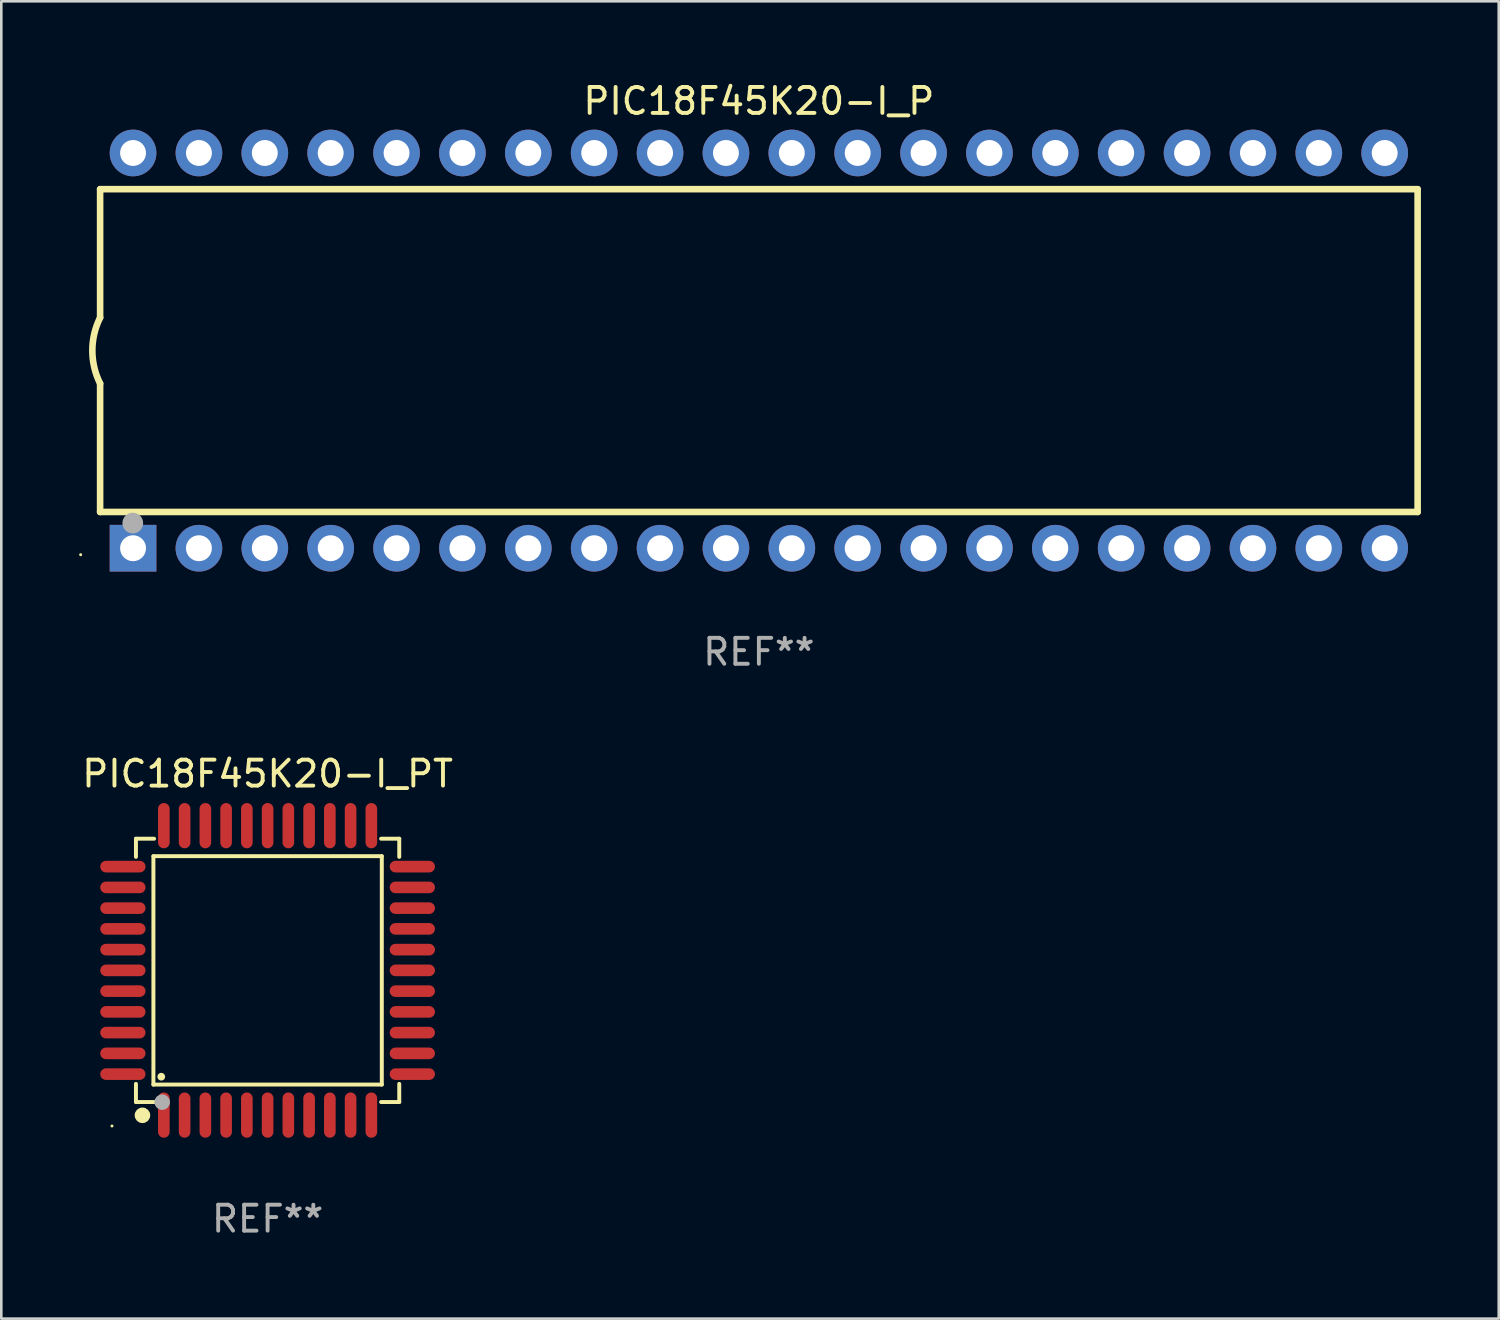
<source format=kicad_pcb>
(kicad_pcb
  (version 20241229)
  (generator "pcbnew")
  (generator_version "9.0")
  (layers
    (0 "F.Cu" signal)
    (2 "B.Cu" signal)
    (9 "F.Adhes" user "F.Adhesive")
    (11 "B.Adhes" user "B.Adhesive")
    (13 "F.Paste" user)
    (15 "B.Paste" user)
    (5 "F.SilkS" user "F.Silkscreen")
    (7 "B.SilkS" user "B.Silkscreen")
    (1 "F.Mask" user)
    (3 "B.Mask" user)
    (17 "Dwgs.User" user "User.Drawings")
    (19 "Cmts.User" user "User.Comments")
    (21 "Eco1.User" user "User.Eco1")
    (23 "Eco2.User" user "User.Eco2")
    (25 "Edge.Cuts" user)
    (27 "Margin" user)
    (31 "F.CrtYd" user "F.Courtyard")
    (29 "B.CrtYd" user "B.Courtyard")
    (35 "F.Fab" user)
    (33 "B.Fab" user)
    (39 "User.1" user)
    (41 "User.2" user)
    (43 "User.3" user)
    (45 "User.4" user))
  (footprint "PIC18F45K20-I_PT"
    (layer "F.Cu")
    (at 7.268 34.365)
    (property "Reference" "PIC18F45K20-I_PT" (at 0 -7.58 0) (layer "F.SilkS") (effects (font (size 1 1) (thickness 0.15))))
    (attr through_hole)
    (fp_line (start -5.076 -5.076) (end -5.076 -4.376) (stroke (width 0.152) (type solid)) (layer "F.SilkS"))
    (fp_line (start -5.076 5.076) (end -5.076 4.376) (stroke (width 0.152) (type solid)) (layer "F.SilkS"))
    (fp_line (start -4.403 -4.403) (end 4.403 -4.403) (stroke (width 0.152) (type solid)) (layer "F.SilkS"))
    (fp_line (start -4.403 4.403) (end -4.403 -4.403) (stroke (width 0.152) (type solid)) (layer "F.SilkS"))
    (fp_line (start -4.376 -5.076) (end -5.076 -5.076) (stroke (width 0.152) (type solid)) (layer "F.SilkS"))
    (fp_line (start -4.376 5.076) (end -5.076 5.076) (stroke (width 0.152) (type solid)) (layer "F.SilkS"))
    (fp_line (start 4.376 -5.076) (end 5.076 -5.076) (stroke (width 0.152) (type solid)) (layer "F.SilkS"))
    (fp_line (start 4.376 5.076) (end 5.076 5.076) (stroke (width 0.152) (type solid)) (layer "F.SilkS"))
    (fp_line (start 4.403 -4.403) (end 4.403 4.403) (stroke (width 0.152) (type solid)) (layer "F.SilkS"))
    (fp_line (start 4.403 4.403) (end -4.403 4.403) (stroke (width 0.152) (type solid)) (layer "F.SilkS"))
    (fp_line (start 5.076 -5.076) (end 5.076 -4.376) (stroke (width 0.152) (type solid)) (layer "F.SilkS"))
    (fp_line (start 5.076 5.076) (end 5.076 4.376) (stroke (width 0.152) (type solid)) (layer "F.SilkS"))
    (fp_circle (center -6 6) (end -5.97 6) (stroke (width 0.06) (type solid)) (fill no) (layer "F.SilkS"))
    (fp_circle (center -4.826 5.588) (end -4.676 5.588) (stroke (width 0.3) (type solid)) (fill no) (layer "F.SilkS"))
    (fp_circle (center -4.1 4.1) (end -4.025 4.1) (stroke (width 0.15) (type solid)) (fill no) (layer "F.SilkS"))
    (fp_circle (center -4.064 5.08) (end -3.914 5.08) (stroke (width 0.3) (type solid)) (fill no) (layer "F.Fab"))
    (fp_text user "REF**" (at 0 9.58 0) (layer "F.Fab") (effects (font (size 1 1) (thickness 0.15))))
    (pad "1" smd oval (at -4 5.58) (size 0.448 1.745) (layers "F.Cu" "F.Mask" "F.Paste"))
    (pad "2" smd oval (at -3.2 5.58) (size 0.448 1.745) (layers "F.Cu" "F.Mask" "F.Paste"))
    (pad "3" smd oval (at -2.4 5.58) (size 0.448 1.745) (layers "F.Cu" "F.Mask" "F.Paste"))
    (pad "4" smd oval (at -1.6 5.58) (size 0.448 1.745) (layers "F.Cu" "F.Mask" "F.Paste"))
    (pad "5" smd oval (at -0.8 5.58) (size 0.448 1.745) (layers "F.Cu" "F.Mask" "F.Paste"))
    (pad "6" smd oval (at 0 5.58) (size 0.448 1.745) (layers "F.Cu" "F.Mask" "F.Paste"))
    (pad "7" smd oval (at 0.8 5.58) (size 0.448 1.745) (layers "F.Cu" "F.Mask" "F.Paste"))
    (pad "8" smd oval (at 1.6 5.58) (size 0.448 1.745) (layers "F.Cu" "F.Mask" "F.Paste"))
    (pad "9" smd oval (at 2.4 5.58) (size 0.448 1.745) (layers "F.Cu" "F.Mask" "F.Paste"))
    (pad "10" smd oval (at 3.2 5.58) (size 0.448 1.745) (layers "F.Cu" "F.Mask" "F.Paste"))
    (pad "11" smd oval (at 4 5.58) (size 0.448 1.745) (layers "F.Cu" "F.Mask" "F.Paste"))
    (pad "12" smd oval (at 5.58 4) (size 1.745 0.448) (layers "F.Cu" "F.Mask" "F.Paste"))
    (pad "13" smd oval (at 5.58 3.2) (size 1.745 0.448) (layers "F.Cu" "F.Mask" "F.Paste"))
    (pad "14" smd oval (at 5.58 2.4) (size 1.745 0.448) (layers "F.Cu" "F.Mask" "F.Paste"))
    (pad "15" smd oval (at 5.58 1.6) (size 1.745 0.448) (layers "F.Cu" "F.Mask" "F.Paste"))
    (pad "16" smd oval (at 5.58 0.8) (size 1.745 0.448) (layers "F.Cu" "F.Mask" "F.Paste"))
    (pad "17" smd oval (at 5.58 0) (size 1.745 0.448) (layers "F.Cu" "F.Mask" "F.Paste"))
    (pad "18" smd oval (at 5.58 -0.8) (size 1.745 0.448) (layers "F.Cu" "F.Mask" "F.Paste"))
    (pad "19" smd oval (at 5.58 -1.6) (size 1.745 0.448) (layers "F.Cu" "F.Mask" "F.Paste"))
    (pad "20" smd oval (at 5.58 -2.4) (size 1.745 0.448) (layers "F.Cu" "F.Mask" "F.Paste"))
    (pad "21" smd oval (at 5.58 -3.2) (size 1.745 0.448) (layers "F.Cu" "F.Mask" "F.Paste"))
    (pad "22" smd oval (at 5.58 -4) (size 1.745 0.448) (layers "F.Cu" "F.Mask" "F.Paste"))
    (pad "23" smd oval (at 4 -5.58) (size 0.448 1.745) (layers "F.Cu" "F.Mask" "F.Paste"))
    (pad "24" smd oval (at 3.2 -5.58) (size 0.448 1.745) (layers "F.Cu" "F.Mask" "F.Paste"))
    (pad "25" smd oval (at 2.4 -5.58) (size 0.448 1.745) (layers "F.Cu" "F.Mask" "F.Paste"))
    (pad "26" smd oval (at 1.6 -5.58) (size 0.448 1.745) (layers "F.Cu" "F.Mask" "F.Paste"))
    (pad "27" smd oval (at 0.8 -5.58) (size 0.448 1.745) (layers "F.Cu" "F.Mask" "F.Paste"))
    (pad "28" smd oval (at 0 -5.58) (size 0.448 1.745) (layers "F.Cu" "F.Mask" "F.Paste"))
    (pad "29" smd oval (at -0.8 -5.58) (size 0.448 1.745) (layers "F.Cu" "F.Mask" "F.Paste"))
    (pad "30" smd oval (at -1.6 -5.58) (size 0.448 1.745) (layers "F.Cu" "F.Mask" "F.Paste"))
    (pad "31" smd oval (at -2.4 -5.58) (size 0.448 1.745) (layers "F.Cu" "F.Mask" "F.Paste"))
    (pad "32" smd oval (at -3.2 -5.58) (size 0.448 1.745) (layers "F.Cu" "F.Mask" "F.Paste"))
    (pad "33" smd oval (at -4 -5.58) (size 0.448 1.745) (layers "F.Cu" "F.Mask" "F.Paste"))
    (pad "34" smd oval (at -5.58 -4) (size 1.745 0.448) (layers "F.Cu" "F.Mask" "F.Paste"))
    (pad "35" smd oval (at -5.58 -3.2) (size 1.745 0.448) (layers "F.Cu" "F.Mask" "F.Paste"))
    (pad "36" smd oval (at -5.58 -2.4) (size 1.745 0.448) (layers "F.Cu" "F.Mask" "F.Paste"))
    (pad "37" smd oval (at -5.58 -1.6) (size 1.745 0.448) (layers "F.Cu" "F.Mask" "F.Paste"))
    (pad "38" smd oval (at -5.58 -0.8) (size 1.745 0.448) (layers "F.Cu" "F.Mask" "F.Paste"))
    (pad "39" smd oval (at -5.58 0) (size 1.745 0.448) (layers "F.Cu" "F.Mask" "F.Paste"))
    (pad "40" smd oval (at -5.58 0.8) (size 1.745 0.448) (layers "F.Cu" "F.Mask" "F.Paste"))
    (pad "41" smd oval (at -5.58 1.6) (size 1.745 0.448) (layers "F.Cu" "F.Mask" "F.Paste"))
    (pad "42" smd oval (at -5.58 2.4) (size 1.745 0.448) (layers "F.Cu" "F.Mask" "F.Paste"))
    (pad "43" smd oval (at -5.58 3.2) (size 1.745 0.448) (layers "F.Cu" "F.Mask" "F.Paste"))
    (pad "44" smd oval (at -5.58 4) (size 1.745 0.448) (layers "F.Cu" "F.Mask" "F.Paste")))
  (footprint "PIC18F45K20-I_P"
    (layer "F.Cu")
    (at 26.21 10.468)
    (property "Reference" "PIC18F45K20-I_P" (at 0 -9.62 0) (layer "F.SilkS") (effects (font (size 1 1) (thickness 0.15))))
    (attr through_hole)
    (fp_line (start -25.4 -6.224) (end -25.4 -1.271) (stroke (width 0.254) (type solid)) (layer "F.SilkS"))
    (fp_line (start -25.4 -6.224) (end 25.4 -6.224) (stroke (width 0.254) (type solid)) (layer "F.SilkS"))
    (fp_line (start -25.4 1.269) (end -25.4 6.222) (stroke (width 0.254) (type solid)) (layer "F.SilkS"))
    (fp_line (start -25.4 6.222) (end 25.4 6.222) (stroke (width 0.254) (type solid)) (layer "F.SilkS"))
    (fp_line (start 25.4 6.222) (end 25.4 -6.224) (stroke (width 0.254) (type solid)) (layer "F.SilkS"))
    (fp_arc (start -25.4 1.269241) (mid -25.699807 -0.000762) (end -25.4 -1.270765) (stroke (width 0.254001) (type solid)) (layer "F.SilkS"))
    (fp_circle (center -26.15 7.87) (end -26.12 7.87) (stroke (width 0.06) (type solid)) (fill no) (layer "F.SilkS"))
    (fp_circle (center -24.14 6.65) (end -23.94 6.65) (stroke (width 0.4) (type solid)) (fill no) (layer "F.Fab"))
    (fp_text user "REF**" (at 0 11.62 0) (layer "F.Fab") (effects (font (size 1 1) (thickness 0.15))))
    (pad "1" thru_hole rect (at -24.13 7.62 90) (size 1.8 1.8) (drill 1) (layers "*.Cu" "*.Mask"))
    (pad "2" thru_hole circle (at -21.59 7.62) (size 1.8 1.8) (drill 1) (layers "*.Cu" "*.Mask"))
    (pad "3" thru_hole circle (at -19.05 7.62) (size 1.8 1.8) (drill 1) (layers "*.Cu" "*.Mask"))
    (pad "4" thru_hole circle (at -16.51 7.62) (size 1.8 1.8) (drill 1) (layers "*.Cu" "*.Mask"))
    (pad "5" thru_hole circle (at -13.97 7.62) (size 1.8 1.8) (drill 1) (layers "*.Cu" "*.Mask"))
    (pad "6" thru_hole circle (at -11.43 7.62) (size 1.8 1.8) (drill 1) (layers "*.Cu" "*.Mask"))
    (pad "7" thru_hole circle (at -8.89 7.62) (size 1.8 1.8) (drill 1) (layers "*.Cu" "*.Mask"))
    (pad "8" thru_hole circle (at -6.35 7.62) (size 1.8 1.8) (drill 1) (layers "*.Cu" "*.Mask"))
    (pad "9" thru_hole circle (at -3.81 7.62) (size 1.8 1.8) (drill 1) (layers "*.Cu" "*.Mask"))
    (pad "10" thru_hole circle (at -1.27 7.62) (size 1.8 1.8) (drill 1) (layers "*.Cu" "*.Mask"))
    (pad "11" thru_hole circle (at 1.27 7.62) (size 1.8 1.8) (drill 1) (layers "*.Cu" "*.Mask"))
    (pad "12" thru_hole circle (at 3.81 7.62) (size 1.8 1.8) (drill 1) (layers "*.Cu" "*.Mask"))
    (pad "13" thru_hole circle (at 6.35 7.62) (size 1.8 1.8) (drill 1) (layers "*.Cu" "*.Mask"))
    (pad "14" thru_hole circle (at 8.89 7.62) (size 1.8 1.8) (drill 1) (layers "*.Cu" "*.Mask"))
    (pad "15" thru_hole circle (at 11.43 7.62) (size 1.8 1.8) (drill 1) (layers "*.Cu" "*.Mask"))
    (pad "16" thru_hole circle (at 13.97 7.62) (size 1.8 1.8) (drill 1) (layers "*.Cu" "*.Mask"))
    (pad "17" thru_hole circle (at 16.51 7.62) (size 1.8 1.8) (drill 1) (layers "*.Cu" "*.Mask"))
    (pad "18" thru_hole circle (at 19.05 7.62) (size 1.8 1.8) (drill 1) (layers "*.Cu" "*.Mask"))
    (pad "19" thru_hole circle (at 21.59 7.62) (size 1.8 1.8) (drill 1) (layers "*.Cu" "*.Mask"))
    (pad "20" thru_hole circle (at 24.13 7.62) (size 1.8 1.8) (drill 1) (layers "*.Cu" "*.Mask"))
    (pad "21" thru_hole circle (at 24.13 -7.62) (size 1.8 1.8) (drill 1) (layers "*.Cu" "*.Mask"))
    (pad "22" thru_hole circle (at 21.59 -7.62) (size 1.8 1.8) (drill 1) (layers "*.Cu" "*.Mask"))
    (pad "23" thru_hole circle (at 19.05 -7.62) (size 1.8 1.8) (drill 1) (layers "*.Cu" "*.Mask"))
    (pad "24" thru_hole circle (at 16.51 -7.62) (size 1.8 1.8) (drill 1) (layers "*.Cu" "*.Mask"))
    (pad "25" thru_hole circle (at 13.97 -7.62) (size 1.8 1.8) (drill 1) (layers "*.Cu" "*.Mask"))
    (pad "26" thru_hole circle (at 11.43 -7.62) (size 1.8 1.8) (drill 1) (layers "*.Cu" "*.Mask"))
    (pad "27" thru_hole circle (at 8.89 -7.62) (size 1.8 1.8) (drill 1) (layers "*.Cu" "*.Mask"))
    (pad "28" thru_hole circle (at 6.35 -7.62) (size 1.8 1.8) (drill 1) (layers "*.Cu" "*.Mask"))
    (pad "29" thru_hole circle (at 3.81 -7.62) (size 1.8 1.8) (drill 1) (layers "*.Cu" "*.Mask"))
    (pad "30" thru_hole circle (at 1.27 -7.62) (size 1.8 1.8) (drill 1) (layers "*.Cu" "*.Mask"))
    (pad "31" thru_hole circle (at -1.27 -7.62) (size 1.8 1.8) (drill 1) (layers "*.Cu" "*.Mask"))
    (pad "32" thru_hole circle (at -3.81 -7.62) (size 1.8 1.8) (drill 1) (layers "*.Cu" "*.Mask"))
    (pad "33" thru_hole circle (at -6.35 -7.62) (size 1.8 1.8) (drill 1) (layers "*.Cu" "*.Mask"))
    (pad "34" thru_hole circle (at -8.89 -7.62) (size 1.8 1.8) (drill 1) (layers "*.Cu" "*.Mask"))
    (pad "35" thru_hole circle (at -11.43 -7.62) (size 1.8 1.8) (drill 1) (layers "*.Cu" "*.Mask"))
    (pad "36" thru_hole circle (at -13.97 -7.62) (size 1.8 1.8) (drill 1) (layers "*.Cu" "*.Mask"))
    (pad "37" thru_hole circle (at -16.51 -7.62) (size 1.8 1.8) (drill 1) (layers "*.Cu" "*.Mask"))
    (pad "38" thru_hole circle (at -19.05 -7.62) (size 1.8 1.8) (drill 1) (layers "*.Cu" "*.Mask"))
    (pad "39" thru_hole circle (at -21.59 -7.62) (size 1.8 1.8) (drill 1) (layers "*.Cu" "*.Mask"))
    (pad "40" thru_hole circle (at -24.13 -7.62) (size 1.8 1.8) (drill 1) (layers "*.Cu" "*.Mask")))
  (gr_rect
    (start -3 -3)
    (end 54.737 47.793)
    (stroke (width 0.1) (type default))
    (fill no)
    (layer "Edge.Cuts")))
</source>
